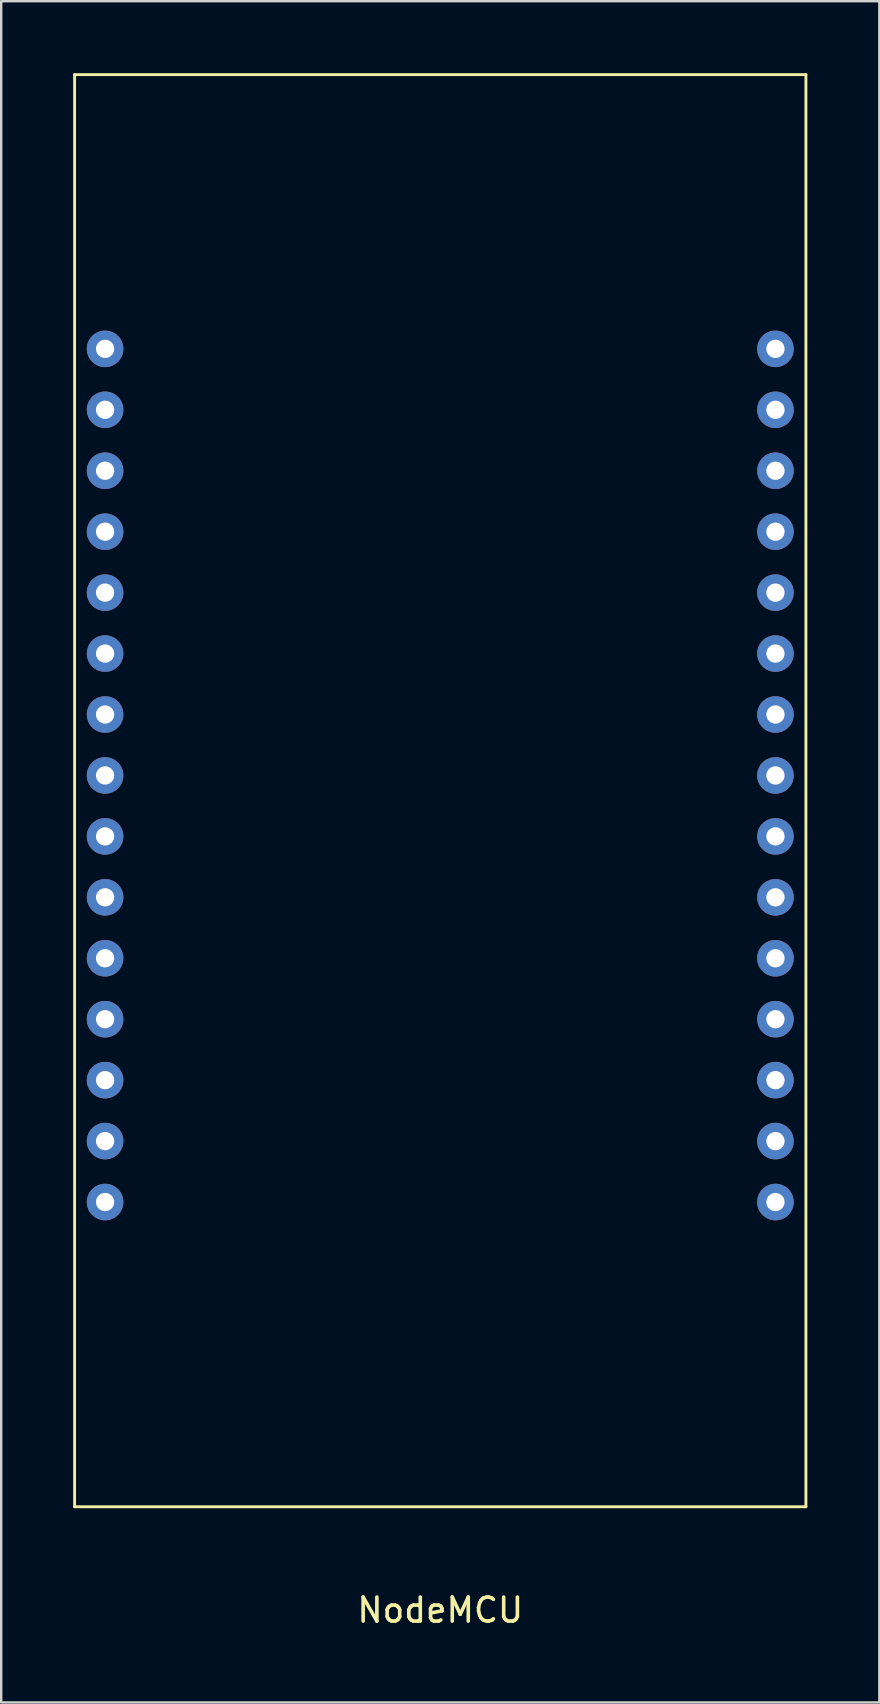
<source format=kicad_pcb>
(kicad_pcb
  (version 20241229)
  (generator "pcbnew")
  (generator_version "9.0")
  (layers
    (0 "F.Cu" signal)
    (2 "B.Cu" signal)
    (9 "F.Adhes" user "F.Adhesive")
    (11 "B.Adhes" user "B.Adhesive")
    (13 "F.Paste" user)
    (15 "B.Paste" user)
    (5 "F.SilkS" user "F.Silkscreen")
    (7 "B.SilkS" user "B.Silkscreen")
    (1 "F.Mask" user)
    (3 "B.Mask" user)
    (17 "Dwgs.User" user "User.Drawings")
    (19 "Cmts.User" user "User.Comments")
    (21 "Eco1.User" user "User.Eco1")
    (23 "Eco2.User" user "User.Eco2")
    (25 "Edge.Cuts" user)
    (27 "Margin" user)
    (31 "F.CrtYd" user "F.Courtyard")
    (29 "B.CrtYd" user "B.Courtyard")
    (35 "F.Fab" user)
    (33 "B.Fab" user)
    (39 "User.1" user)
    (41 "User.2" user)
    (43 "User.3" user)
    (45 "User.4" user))
  (footprint "NodeMCU"
    (layer "F.Cu")
    (at 15.3 63.56)
    (property "Reference" "NodeMCU" (at 0 0.5 0) (layer "F.SilkS") (effects (font (size 1 1) (thickness 0.15))))
    (attr through_hole)
    (fp_line (start -15.24 -63.5) (end 15.24 -63.5) (stroke (width 0.12) (type solid)) (layer "F.SilkS"))
    (fp_line (start -15.24 -3.81) (end -15.24 -63.5) (stroke (width 0.12) (type solid)) (layer "F.SilkS"))
    (fp_line (start 15.24 -63.5) (end 15.24 -3.81) (stroke (width 0.12) (type solid)) (layer "F.SilkS"))
    (fp_line (start 15.24 -3.81) (end -15.24 -3.81) (stroke (width 0.12) (type solid)) (layer "F.SilkS"))
    (pad "1" thru_hole circle (at -13.97 -52.07) (size 1.524 1.524) (drill 0.762) (layers "*.Cu" "*.Mask"))
    (pad "2" thru_hole circle (at -13.97 -49.53) (size 1.524 1.524) (drill 0.762) (layers "*.Cu" "*.Mask"))
    (pad "3" thru_hole circle (at -13.97 -46.99) (size 1.524 1.524) (drill 0.762) (layers "*.Cu" "*.Mask"))
    (pad "4" thru_hole circle (at -13.97 -44.45) (size 1.524 1.524) (drill 0.762) (layers "*.Cu" "*.Mask"))
    (pad "5" thru_hole circle (at -13.97 -41.91) (size 1.524 1.524) (drill 0.762) (layers "*.Cu" "*.Mask"))
    (pad "6" thru_hole circle (at -13.97 -39.37) (size 1.524 1.524) (drill 0.762) (layers "*.Cu" "*.Mask"))
    (pad "7" thru_hole circle (at -13.97 -36.83) (size 1.524 1.524) (drill 0.762) (layers "*.Cu" "*.Mask"))
    (pad "8" thru_hole circle (at -13.97 -34.29) (size 1.524 1.524) (drill 0.762) (layers "*.Cu" "*.Mask"))
    (pad "9" thru_hole circle (at -13.97 -31.75) (size 1.524 1.524) (drill 0.762) (layers "*.Cu" "*.Mask"))
    (pad "10" thru_hole circle (at -13.97 -29.21) (size 1.524 1.524) (drill 0.762) (layers "*.Cu" "*.Mask"))
    (pad "11" thru_hole circle (at -13.97 -26.67) (size 1.524 1.524) (drill 0.762) (layers "*.Cu" "*.Mask"))
    (pad "12" thru_hole circle (at -13.97 -24.13) (size 1.524 1.524) (drill 0.762) (layers "*.Cu" "*.Mask"))
    (pad "13" thru_hole circle (at -13.97 -21.59) (size 1.524 1.524) (drill 0.762) (layers "*.Cu" "*.Mask"))
    (pad "14" thru_hole circle (at -13.97 -19.05) (size 1.524 1.524) (drill 0.762) (layers "*.Cu" "*.Mask"))
    (pad "15" thru_hole circle (at -13.97 -16.51) (size 1.524 1.524) (drill 0.762) (layers "*.Cu" "*.Mask"))
    (pad "16" thru_hole circle (at 13.97 -16.51) (size 1.524 1.524) (drill 0.762) (layers "*.Cu" "*.Mask"))
    (pad "17" thru_hole circle (at 13.97 -19.05) (size 1.524 1.524) (drill 0.762) (layers "*.Cu" "*.Mask"))
    (pad "18" thru_hole circle (at 13.97 -21.59) (size 1.524 1.524) (drill 0.762) (layers "*.Cu" "*.Mask"))
    (pad "19" thru_hole circle (at 13.97 -24.13) (size 1.524 1.524) (drill 0.762) (layers "*.Cu" "*.Mask"))
    (pad "20" thru_hole circle (at 13.97 -26.67) (size 1.524 1.524) (drill 0.762) (layers "*.Cu" "*.Mask"))
    (pad "21" thru_hole circle (at 13.97 -29.21) (size 1.524 1.524) (drill 0.762) (layers "*.Cu" "*.Mask"))
    (pad "22" thru_hole circle (at 13.97 -31.75) (size 1.524 1.524) (drill 0.762) (layers "*.Cu" "*.Mask"))
    (pad "23" thru_hole circle (at 13.97 -34.29) (size 1.524 1.524) (drill 0.762) (layers "*.Cu" "*.Mask"))
    (pad "24" thru_hole circle (at 13.97 -36.83) (size 1.524 1.524) (drill 0.762) (layers "*.Cu" "*.Mask"))
    (pad "25" thru_hole circle (at 13.97 -39.37) (size 1.524 1.524) (drill 0.762) (layers "*.Cu" "*.Mask"))
    (pad "26" thru_hole circle (at 13.97 -41.91) (size 1.524 1.524) (drill 0.762) (layers "*.Cu" "*.Mask"))
    (pad "27" thru_hole circle (at 13.97 -44.45) (size 1.524 1.524) (drill 0.762) (layers "*.Cu" "*.Mask"))
    (pad "28" thru_hole circle (at 13.97 -46.99) (size 1.524 1.524) (drill 0.762) (layers "*.Cu" "*.Mask"))
    (pad "29" thru_hole circle (at 13.97 -49.53) (size 1.524 1.524) (drill 0.762) (layers "*.Cu" "*.Mask"))
    (pad "30" thru_hole circle (at 13.97 -52.07) (size 1.524 1.524) (drill 0.762) (layers "*.Cu" "*.Mask")))
  (gr_rect
    (start -3 -3)
    (end 33.6 67.908)
    (stroke (width 0.1) (type default))
    (fill no)
    (layer "Edge.Cuts")))
</source>
